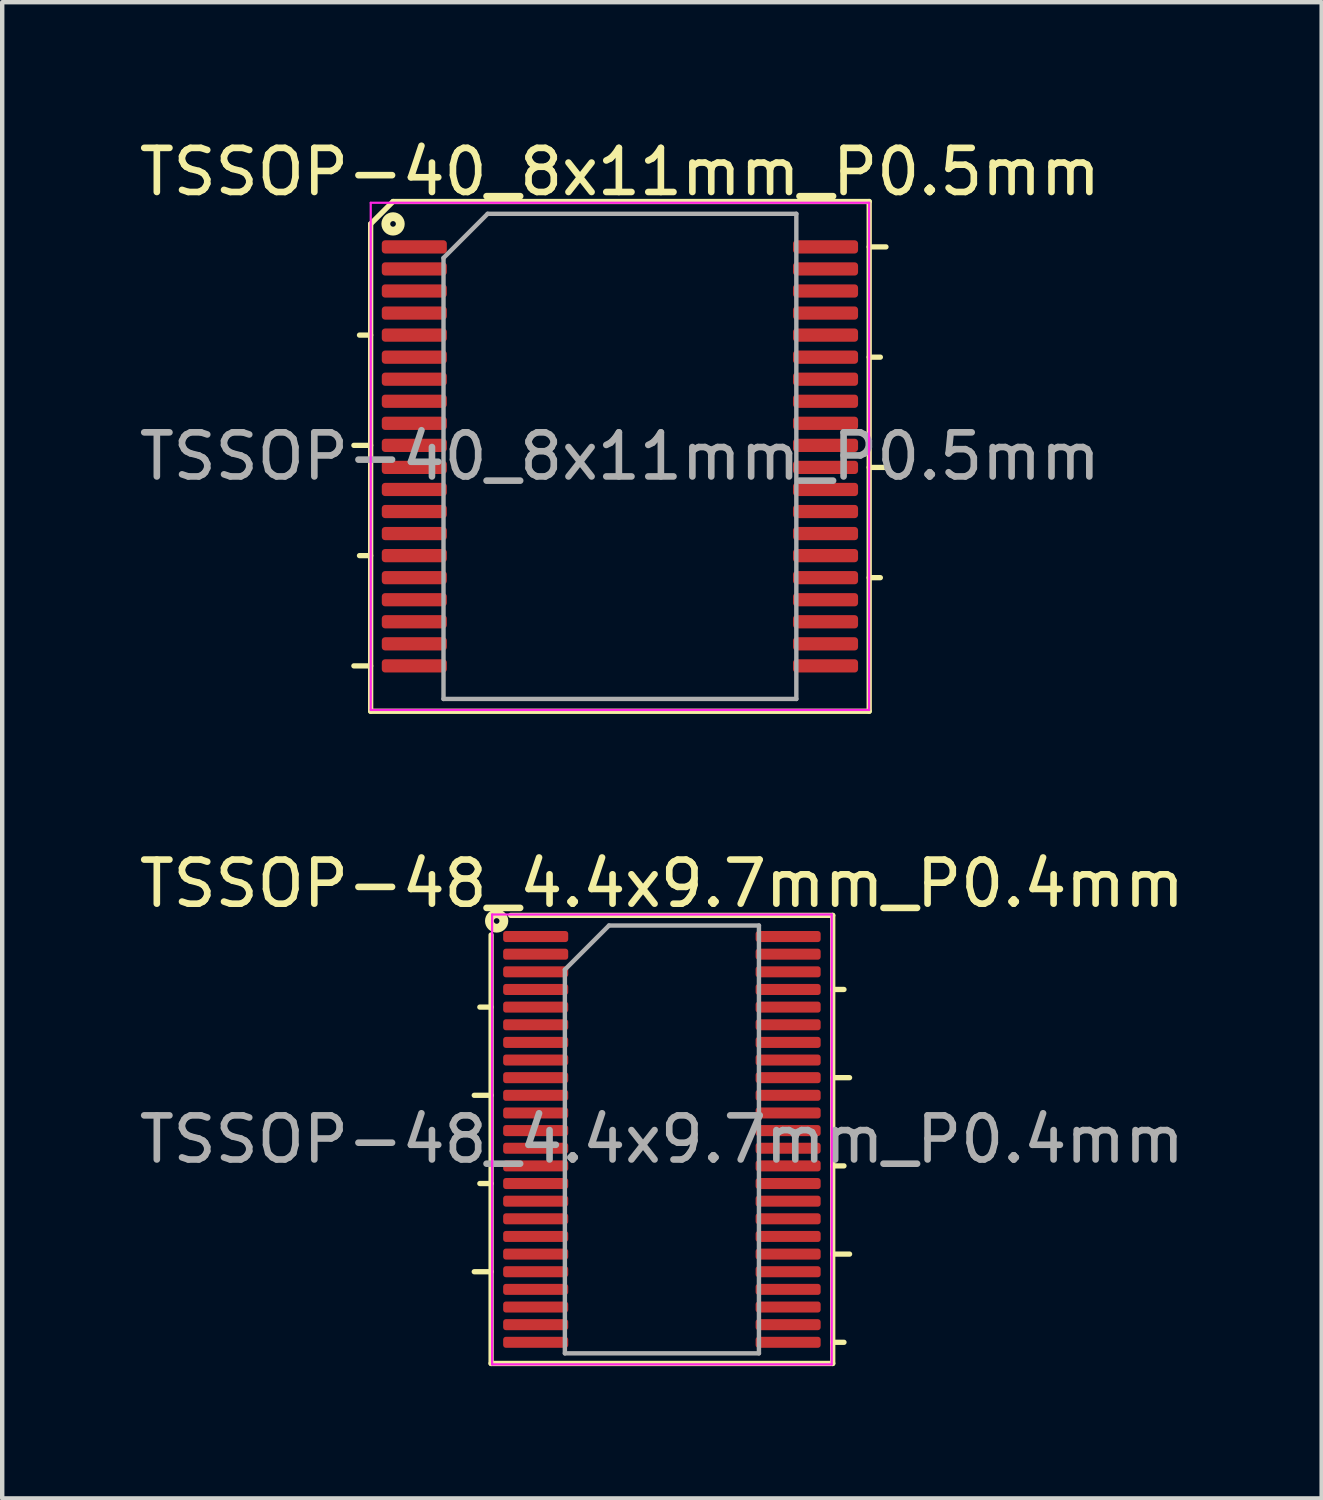
<source format=kicad_pcb>
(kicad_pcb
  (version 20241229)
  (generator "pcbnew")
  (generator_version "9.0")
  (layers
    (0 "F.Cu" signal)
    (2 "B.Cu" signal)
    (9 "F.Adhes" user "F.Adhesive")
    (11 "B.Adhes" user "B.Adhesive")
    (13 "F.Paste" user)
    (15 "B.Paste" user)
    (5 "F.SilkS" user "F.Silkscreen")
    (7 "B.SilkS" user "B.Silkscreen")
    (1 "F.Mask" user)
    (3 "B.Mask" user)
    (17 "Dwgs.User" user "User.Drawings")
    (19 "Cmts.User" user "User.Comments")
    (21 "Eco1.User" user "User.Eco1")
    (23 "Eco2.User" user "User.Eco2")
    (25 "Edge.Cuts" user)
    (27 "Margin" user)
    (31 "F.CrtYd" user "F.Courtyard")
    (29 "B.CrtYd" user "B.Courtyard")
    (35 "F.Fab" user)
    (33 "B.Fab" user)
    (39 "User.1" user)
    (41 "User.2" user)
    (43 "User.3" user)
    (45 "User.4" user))
  (footprint "TSSOP-48_4.4x9.7mm_P0.4mm"
    (layer "F.Cu")
    (at 11.958 22.785)
    (property "Reference" "TSSOP-48_4.4x9.7mm_P0.4mm" (at 0 -5.8 0) (layer "F.SilkS") (effects (font (size 1 1) (thickness 0.15))))
    (attr smd)
    (fp_line (start -4.255 -1) (end -3.873 -1) (stroke (width 0.12) (type solid)) (layer "F.SilkS"))
    (fp_line (start -4.255 3) (end -3.873 3) (stroke (width 0.12) (type solid)) (layer "F.SilkS"))
    (fp_line (start -4.128 -3) (end -3.873 -3) (stroke (width 0.12) (type solid)) (layer "F.SilkS"))
    (fp_line (start -4.128 1) (end -3.873 1) (stroke (width 0.12) (type solid)) (layer "F.SilkS"))
    (fp_line (start -3.873 -4.636) (end -3.873 5.08) (stroke (width 0.12) (type solid)) (layer "F.SilkS"))
    (fp_line (start -3.873 5.08) (end 3.873 5.08) (stroke (width 0.12) (type solid)) (layer "F.SilkS"))
    (fp_line (start 3.873 -5.08) (end -3.429 -5.08) (stroke (width 0.12) (type solid)) (layer "F.SilkS"))
    (fp_line (start 3.873 -3.4) (end 4.128 -3.4) (stroke (width 0.12) (type solid)) (layer "F.SilkS"))
    (fp_line (start 3.873 -1.4) (end 4.255 -1.4) (stroke (width 0.12) (type solid)) (layer "F.SilkS"))
    (fp_line (start 3.873 0.6) (end 4.128 0.6) (stroke (width 0.12) (type solid)) (layer "F.SilkS"))
    (fp_line (start 3.873 2.6) (end 4.255 2.6) (stroke (width 0.12) (type solid)) (layer "F.SilkS"))
    (fp_line (start 3.873 4.6) (end 4.128 4.6) (stroke (width 0.12) (type solid)) (layer "F.SilkS"))
    (fp_line (start 3.873 5.08) (end 3.873 -5.08) (stroke (width 0.12) (type solid)) (layer "F.SilkS"))
    (fp_circle (center -3.747 -4.953) (end -3.683 -4.953) (stroke (width 0.2) (type solid)) (fill no) (layer "F.SilkS"))
    (fp_line (start -3.85 -5.1) (end -3.85 5.1) (stroke (width 0.05) (type solid)) (layer "F.CrtYd"))
    (fp_line (start -3.85 5.1) (end 3.85 5.1) (stroke (width 0.05) (type solid)) (layer "F.CrtYd"))
    (fp_line (start 3.85 -5.1) (end -3.85 -5.1) (stroke (width 0.05) (type solid)) (layer "F.CrtYd"))
    (fp_line (start 3.85 5.1) (end 3.85 -5.1) (stroke (width 0.05) (type solid)) (layer "F.CrtYd"))
    (fp_line (start -2.2 -3.85) (end -1.2 -4.85) (stroke (width 0.1) (type solid)) (layer "F.Fab"))
    (fp_line (start -2.2 4.85) (end -2.2 -3.85) (stroke (width 0.1) (type solid)) (layer "F.Fab"))
    (fp_line (start -1.2 -4.85) (end 2.2 -4.85) (stroke (width 0.1) (type solid)) (layer "F.Fab"))
    (fp_line (start 2.2 -4.85) (end 2.2 4.85) (stroke (width 0.1) (type solid)) (layer "F.Fab"))
    (fp_line (start 2.2 4.85) (end -2.2 4.85) (stroke (width 0.1) (type solid)) (layer "F.Fab"))
    (fp_text user "${REFERENCE}" (at 0 0 0) (layer "F.Fab") (effects (font (size 1 1) (thickness 0.15))))
    (pad "1" smd roundrect (at -2.862 -4.6) (size 1.475 0.25) (layers "F.Cu" "F.Mask" "F.Paste") (roundrect_rratio 0.25))
    (pad "2" smd roundrect (at -2.862 -4.2) (size 1.475 0.25) (layers "F.Cu" "F.Mask" "F.Paste") (roundrect_rratio 0.25))
    (pad "3" smd roundrect (at -2.862 -3.8) (size 1.475 0.25) (layers "F.Cu" "F.Mask" "F.Paste") (roundrect_rratio 0.25))
    (pad "4" smd roundrect (at -2.862 -3.4) (size 1.475 0.25) (layers "F.Cu" "F.Mask" "F.Paste") (roundrect_rratio 0.25))
    (pad "5" smd roundrect (at -2.862 -3) (size 1.475 0.25) (layers "F.Cu" "F.Mask" "F.Paste") (roundrect_rratio 0.25))
    (pad "6" smd roundrect (at -2.862 -2.6) (size 1.475 0.25) (layers "F.Cu" "F.Mask" "F.Paste") (roundrect_rratio 0.25))
    (pad "7" smd roundrect (at -2.862 -2.2) (size 1.475 0.25) (layers "F.Cu" "F.Mask" "F.Paste") (roundrect_rratio 0.25))
    (pad "8" smd roundrect (at -2.862 -1.8) (size 1.475 0.25) (layers "F.Cu" "F.Mask" "F.Paste") (roundrect_rratio 0.25))
    (pad "9" smd roundrect (at -2.862 -1.4) (size 1.475 0.25) (layers "F.Cu" "F.Mask" "F.Paste") (roundrect_rratio 0.25))
    (pad "10" smd roundrect (at -2.862 -1) (size 1.475 0.25) (layers "F.Cu" "F.Mask" "F.Paste") (roundrect_rratio 0.25))
    (pad "11" smd roundrect (at -2.862 -0.6) (size 1.475 0.25) (layers "F.Cu" "F.Mask" "F.Paste") (roundrect_rratio 0.25))
    (pad "12" smd roundrect (at -2.862 -0.2) (size 1.475 0.25) (layers "F.Cu" "F.Mask" "F.Paste") (roundrect_rratio 0.25))
    (pad "13" smd roundrect (at -2.862 0.2) (size 1.475 0.25) (layers "F.Cu" "F.Mask" "F.Paste") (roundrect_rratio 0.25))
    (pad "14" smd roundrect (at -2.862 0.6) (size 1.475 0.25) (layers "F.Cu" "F.Mask" "F.Paste") (roundrect_rratio 0.25))
    (pad "15" smd roundrect (at -2.862 1) (size 1.475 0.25) (layers "F.Cu" "F.Mask" "F.Paste") (roundrect_rratio 0.25))
    (pad "16" smd roundrect (at -2.862 1.4) (size 1.475 0.25) (layers "F.Cu" "F.Mask" "F.Paste") (roundrect_rratio 0.25))
    (pad "17" smd roundrect (at -2.862 1.8) (size 1.475 0.25) (layers "F.Cu" "F.Mask" "F.Paste") (roundrect_rratio 0.25))
    (pad "18" smd roundrect (at -2.862 2.2) (size 1.475 0.25) (layers "F.Cu" "F.Mask" "F.Paste") (roundrect_rratio 0.25))
    (pad "19" smd roundrect (at -2.862 2.6) (size 1.475 0.25) (layers "F.Cu" "F.Mask" "F.Paste") (roundrect_rratio 0.25))
    (pad "20" smd roundrect (at -2.862 3) (size 1.475 0.25) (layers "F.Cu" "F.Mask" "F.Paste") (roundrect_rratio 0.25))
    (pad "21" smd roundrect (at -2.862 3.4) (size 1.475 0.25) (layers "F.Cu" "F.Mask" "F.Paste") (roundrect_rratio 0.25))
    (pad "22" smd roundrect (at -2.862 3.8) (size 1.475 0.25) (layers "F.Cu" "F.Mask" "F.Paste") (roundrect_rratio 0.25))
    (pad "23" smd roundrect (at -2.862 4.2) (size 1.475 0.25) (layers "F.Cu" "F.Mask" "F.Paste") (roundrect_rratio 0.25))
    (pad "24" smd roundrect (at -2.862 4.6) (size 1.475 0.25) (layers "F.Cu" "F.Mask" "F.Paste") (roundrect_rratio 0.25))
    (pad "25" smd roundrect (at 2.862 4.6) (size 1.475 0.25) (layers "F.Cu" "F.Mask" "F.Paste") (roundrect_rratio 0.25))
    (pad "26" smd roundrect (at 2.862 4.2) (size 1.475 0.25) (layers "F.Cu" "F.Mask" "F.Paste") (roundrect_rratio 0.25))
    (pad "27" smd roundrect (at 2.862 3.8) (size 1.475 0.25) (layers "F.Cu" "F.Mask" "F.Paste") (roundrect_rratio 0.25))
    (pad "28" smd roundrect (at 2.862 3.4) (size 1.475 0.25) (layers "F.Cu" "F.Mask" "F.Paste") (roundrect_rratio 0.25))
    (pad "29" smd roundrect (at 2.862 3) (size 1.475 0.25) (layers "F.Cu" "F.Mask" "F.Paste") (roundrect_rratio 0.25))
    (pad "30" smd roundrect (at 2.862 2.6) (size 1.475 0.25) (layers "F.Cu" "F.Mask" "F.Paste") (roundrect_rratio 0.25))
    (pad "31" smd roundrect (at 2.862 2.2) (size 1.475 0.25) (layers "F.Cu" "F.Mask" "F.Paste") (roundrect_rratio 0.25))
    (pad "32" smd roundrect (at 2.862 1.8) (size 1.475 0.25) (layers "F.Cu" "F.Mask" "F.Paste") (roundrect_rratio 0.25))
    (pad "33" smd roundrect (at 2.862 1.4) (size 1.475 0.25) (layers "F.Cu" "F.Mask" "F.Paste") (roundrect_rratio 0.25))
    (pad "34" smd roundrect (at 2.862 1) (size 1.475 0.25) (layers "F.Cu" "F.Mask" "F.Paste") (roundrect_rratio 0.25))
    (pad "35" smd roundrect (at 2.862 0.6) (size 1.475 0.25) (layers "F.Cu" "F.Mask" "F.Paste") (roundrect_rratio 0.25))
    (pad "36" smd roundrect (at 2.862 0.2) (size 1.475 0.25) (layers "F.Cu" "F.Mask" "F.Paste") (roundrect_rratio 0.25))
    (pad "37" smd roundrect (at 2.862 -0.2) (size 1.475 0.25) (layers "F.Cu" "F.Mask" "F.Paste") (roundrect_rratio 0.25))
    (pad "38" smd roundrect (at 2.862 -0.6) (size 1.475 0.25) (layers "F.Cu" "F.Mask" "F.Paste") (roundrect_rratio 0.25))
    (pad "39" smd roundrect (at 2.862 -1) (size 1.475 0.25) (layers "F.Cu" "F.Mask" "F.Paste") (roundrect_rratio 0.25))
    (pad "40" smd roundrect (at 2.862 -1.4) (size 1.475 0.25) (layers "F.Cu" "F.Mask" "F.Paste") (roundrect_rratio 0.25))
    (pad "41" smd roundrect (at 2.862 -1.8) (size 1.475 0.25) (layers "F.Cu" "F.Mask" "F.Paste") (roundrect_rratio 0.25))
    (pad "42" smd roundrect (at 2.862 -2.2) (size 1.475 0.25) (layers "F.Cu" "F.Mask" "F.Paste") (roundrect_rratio 0.25))
    (pad "43" smd roundrect (at 2.862 -2.6) (size 1.475 0.25) (layers "F.Cu" "F.Mask" "F.Paste") (roundrect_rratio 0.25))
    (pad "44" smd roundrect (at 2.862 -3) (size 1.475 0.25) (layers "F.Cu" "F.Mask" "F.Paste") (roundrect_rratio 0.25))
    (pad "45" smd roundrect (at 2.862 -3.4) (size 1.475 0.25) (layers "F.Cu" "F.Mask" "F.Paste") (roundrect_rratio 0.25))
    (pad "46" smd roundrect (at 2.862 -3.8) (size 1.475 0.25) (layers "F.Cu" "F.Mask" "F.Paste") (roundrect_rratio 0.25))
    (pad "47" smd roundrect (at 2.862 -4.2) (size 1.475 0.25) (layers "F.Cu" "F.Mask" "F.Paste") (roundrect_rratio 0.25))
    (pad "48" smd roundrect (at 2.862 -4.6) (size 1.475 0.25) (layers "F.Cu" "F.Mask" "F.Paste") (roundrect_rratio 0.25)))
  (footprint "TSSOP-40_8x11mm_P0.5mm"
    (layer "F.Cu")
    (at 11.006 7.298)
    (property "Reference" "TSSOP-40_8x11mm_P0.5mm" (at 0 -6.45 0) (layer "F.SilkS") (effects (font (size 1 1) (thickness 0.15))))
    (attr smd)
    (fp_line (start -6.032 -0.25) (end -5.652 -0.25) (stroke (width 0.12) (type solid)) (layer "F.SilkS"))
    (fp_line (start -6.032 4.75) (end -5.652 4.75) (stroke (width 0.12) (type solid)) (layer "F.SilkS"))
    (fp_line (start -5.905 2.25) (end -5.652 2.25) (stroke (width 0.12) (type solid)) (layer "F.SilkS"))
    (fp_line (start -5.652 -5.271) (end -5.652 5.779) (stroke (width 0.12) (type solid)) (layer "F.SilkS"))
    (fp_line (start -5.652 -5.271) (end -5.144 -5.779) (stroke (width 0.12) (type solid)) (layer "F.SilkS"))
    (fp_line (start -5.652 -2.75) (end -5.905 -2.75) (stroke (width 0.12) (type solid)) (layer "F.SilkS"))
    (fp_line (start -5.652 5.779) (end 5.652 5.779) (stroke (width 0.12) (type solid)) (layer "F.SilkS"))
    (fp_line (start 5.652 -5.779) (end -5.144 -5.779) (stroke (width 0.12) (type solid)) (layer "F.SilkS"))
    (fp_line (start 5.652 -4.75) (end 6.032 -4.75) (stroke (width 0.12) (type solid)) (layer "F.SilkS"))
    (fp_line (start 5.652 -2.25) (end 5.905 -2.25) (stroke (width 0.12) (type solid)) (layer "F.SilkS"))
    (fp_line (start 5.652 0.25) (end 6.032 0.25) (stroke (width 0.12) (type solid)) (layer "F.SilkS"))
    (fp_line (start 5.652 2.75) (end 5.905 2.75) (stroke (width 0.12) (type solid)) (layer "F.SilkS"))
    (fp_line (start 5.652 5.779) (end 5.652 -5.779) (stroke (width 0.12) (type solid)) (layer "F.SilkS"))
    (fp_circle (center -5.144 -5.271) (end -5.08 -5.271) (stroke (width 0.2) (type solid)) (fill no) (layer "F.SilkS"))
    (fp_line (start -5.65 -5.75) (end -5.65 5.75) (stroke (width 0.05) (type solid)) (layer "F.CrtYd"))
    (fp_line (start -5.65 5.75) (end 5.65 5.75) (stroke (width 0.05) (type solid)) (layer "F.CrtYd"))
    (fp_line (start 5.65 -5.75) (end -5.65 -5.75) (stroke (width 0.05) (type solid)) (layer "F.CrtYd"))
    (fp_line (start 5.65 5.75) (end 5.65 -5.75) (stroke (width 0.05) (type solid)) (layer "F.CrtYd"))
    (fp_line (start -4 -4.5) (end -3 -5.5) (stroke (width 0.1) (type solid)) (layer "F.Fab"))
    (fp_line (start -4 5.5) (end -4 -4.5) (stroke (width 0.1) (type solid)) (layer "F.Fab"))
    (fp_line (start -3 -5.5) (end 4 -5.5) (stroke (width 0.1) (type solid)) (layer "F.Fab"))
    (fp_line (start 4 -5.5) (end 4 5.5) (stroke (width 0.1) (type solid)) (layer "F.Fab"))
    (fp_line (start 4 5.5) (end -4 5.5) (stroke (width 0.1) (type solid)) (layer "F.Fab"))
    (fp_text user "${REFERENCE}" (at 0 0 0) (layer "F.Fab") (effects (font (size 1 1) (thickness 0.15))))
    (pad "1" smd roundrect (at -4.662 -4.75) (size 1.475 0.3) (layers "F.Cu" "F.Mask" "F.Paste") (roundrect_rratio 0.25))
    (pad "2" smd roundrect (at -4.662 -4.25) (size 1.475 0.3) (layers "F.Cu" "F.Mask" "F.Paste") (roundrect_rratio 0.25))
    (pad "3" smd roundrect (at -4.662 -3.75) (size 1.475 0.3) (layers "F.Cu" "F.Mask" "F.Paste") (roundrect_rratio 0.25))
    (pad "4" smd roundrect (at -4.662 -3.25) (size 1.475 0.3) (layers "F.Cu" "F.Mask" "F.Paste") (roundrect_rratio 0.25))
    (pad "5" smd roundrect (at -4.662 -2.75) (size 1.475 0.3) (layers "F.Cu" "F.Mask" "F.Paste") (roundrect_rratio 0.25))
    (pad "6" smd roundrect (at -4.662 -2.25) (size 1.475 0.3) (layers "F.Cu" "F.Mask" "F.Paste") (roundrect_rratio 0.25))
    (pad "7" smd roundrect (at -4.662 -1.75) (size 1.475 0.3) (layers "F.Cu" "F.Mask" "F.Paste") (roundrect_rratio 0.25))
    (pad "8" smd roundrect (at -4.662 -1.25) (size 1.475 0.3) (layers "F.Cu" "F.Mask" "F.Paste") (roundrect_rratio 0.25))
    (pad "9" smd roundrect (at -4.662 -0.75) (size 1.475 0.3) (layers "F.Cu" "F.Mask" "F.Paste") (roundrect_rratio 0.25))
    (pad "10" smd roundrect (at -4.662 -0.25) (size 1.475 0.3) (layers "F.Cu" "F.Mask" "F.Paste") (roundrect_rratio 0.25))
    (pad "11" smd roundrect (at -4.662 0.25) (size 1.475 0.3) (layers "F.Cu" "F.Mask" "F.Paste") (roundrect_rratio 0.25))
    (pad "12" smd roundrect (at -4.662 0.75) (size 1.475 0.3) (layers "F.Cu" "F.Mask" "F.Paste") (roundrect_rratio 0.25))
    (pad "13" smd roundrect (at -4.662 1.25) (size 1.475 0.3) (layers "F.Cu" "F.Mask" "F.Paste") (roundrect_rratio 0.25))
    (pad "14" smd roundrect (at -4.662 1.75) (size 1.475 0.3) (layers "F.Cu" "F.Mask" "F.Paste") (roundrect_rratio 0.25))
    (pad "15" smd roundrect (at -4.662 2.25) (size 1.475 0.3) (layers "F.Cu" "F.Mask" "F.Paste") (roundrect_rratio 0.25))
    (pad "16" smd roundrect (at -4.662 2.75) (size 1.475 0.3) (layers "F.Cu" "F.Mask" "F.Paste") (roundrect_rratio 0.25))
    (pad "17" smd roundrect (at -4.662 3.25) (size 1.475 0.3) (layers "F.Cu" "F.Mask" "F.Paste") (roundrect_rratio 0.25))
    (pad "18" smd roundrect (at -4.662 3.75) (size 1.475 0.3) (layers "F.Cu" "F.Mask" "F.Paste") (roundrect_rratio 0.25))
    (pad "19" smd roundrect (at -4.662 4.25) (size 1.475 0.3) (layers "F.Cu" "F.Mask" "F.Paste") (roundrect_rratio 0.25))
    (pad "20" smd roundrect (at -4.662 4.75) (size 1.475 0.3) (layers "F.Cu" "F.Mask" "F.Paste") (roundrect_rratio 0.25))
    (pad "21" smd roundrect (at 4.662 4.75) (size 1.475 0.3) (layers "F.Cu" "F.Mask" "F.Paste") (roundrect_rratio 0.25))
    (pad "22" smd roundrect (at 4.662 4.25) (size 1.475 0.3) (layers "F.Cu" "F.Mask" "F.Paste") (roundrect_rratio 0.25))
    (pad "23" smd roundrect (at 4.662 3.75) (size 1.475 0.3) (layers "F.Cu" "F.Mask" "F.Paste") (roundrect_rratio 0.25))
    (pad "24" smd roundrect (at 4.662 3.25) (size 1.475 0.3) (layers "F.Cu" "F.Mask" "F.Paste") (roundrect_rratio 0.25))
    (pad "25" smd roundrect (at 4.662 2.75) (size 1.475 0.3) (layers "F.Cu" "F.Mask" "F.Paste") (roundrect_rratio 0.25))
    (pad "26" smd roundrect (at 4.662 2.25) (size 1.475 0.3) (layers "F.Cu" "F.Mask" "F.Paste") (roundrect_rratio 0.25))
    (pad "27" smd roundrect (at 4.662 1.75) (size 1.475 0.3) (layers "F.Cu" "F.Mask" "F.Paste") (roundrect_rratio 0.25))
    (pad "28" smd roundrect (at 4.662 1.25) (size 1.475 0.3) (layers "F.Cu" "F.Mask" "F.Paste") (roundrect_rratio 0.25))
    (pad "29" smd roundrect (at 4.662 0.75) (size 1.475 0.3) (layers "F.Cu" "F.Mask" "F.Paste") (roundrect_rratio 0.25))
    (pad "30" smd roundrect (at 4.662 0.25) (size 1.475 0.3) (layers "F.Cu" "F.Mask" "F.Paste") (roundrect_rratio 0.25))
    (pad "31" smd roundrect (at 4.662 -0.25) (size 1.475 0.3) (layers "F.Cu" "F.Mask" "F.Paste") (roundrect_rratio 0.25))
    (pad "32" smd roundrect (at 4.662 -0.75) (size 1.475 0.3) (layers "F.Cu" "F.Mask" "F.Paste") (roundrect_rratio 0.25))
    (pad "33" smd roundrect (at 4.662 -1.25) (size 1.475 0.3) (layers "F.Cu" "F.Mask" "F.Paste") (roundrect_rratio 0.25))
    (pad "34" smd roundrect (at 4.662 -1.75) (size 1.475 0.3) (layers "F.Cu" "F.Mask" "F.Paste") (roundrect_rratio 0.25))
    (pad "35" smd roundrect (at 4.662 -2.25) (size 1.475 0.3) (layers "F.Cu" "F.Mask" "F.Paste") (roundrect_rratio 0.25))
    (pad "36" smd roundrect (at 4.662 -2.75) (size 1.475 0.3) (layers "F.Cu" "F.Mask" "F.Paste") (roundrect_rratio 0.25))
    (pad "37" smd roundrect (at 4.662 -3.25) (size 1.475 0.3) (layers "F.Cu" "F.Mask" "F.Paste") (roundrect_rratio 0.25))
    (pad "38" smd roundrect (at 4.662 -3.75) (size 1.475 0.3) (layers "F.Cu" "F.Mask" "F.Paste") (roundrect_rratio 0.25))
    (pad "39" smd roundrect (at 4.662 -4.25) (size 1.475 0.3) (layers "F.Cu" "F.Mask" "F.Paste") (roundrect_rratio 0.25))
    (pad "40" smd roundrect (at 4.662 -4.75) (size 1.475 0.3) (layers "F.Cu" "F.Mask" "F.Paste") (roundrect_rratio 0.25)))
  (gr_rect
    (start -3 -3)
    (end 26.917 30.925)
    (stroke (width 0.1) (type default))
    (fill no)
    (layer "Edge.Cuts")))
</source>
